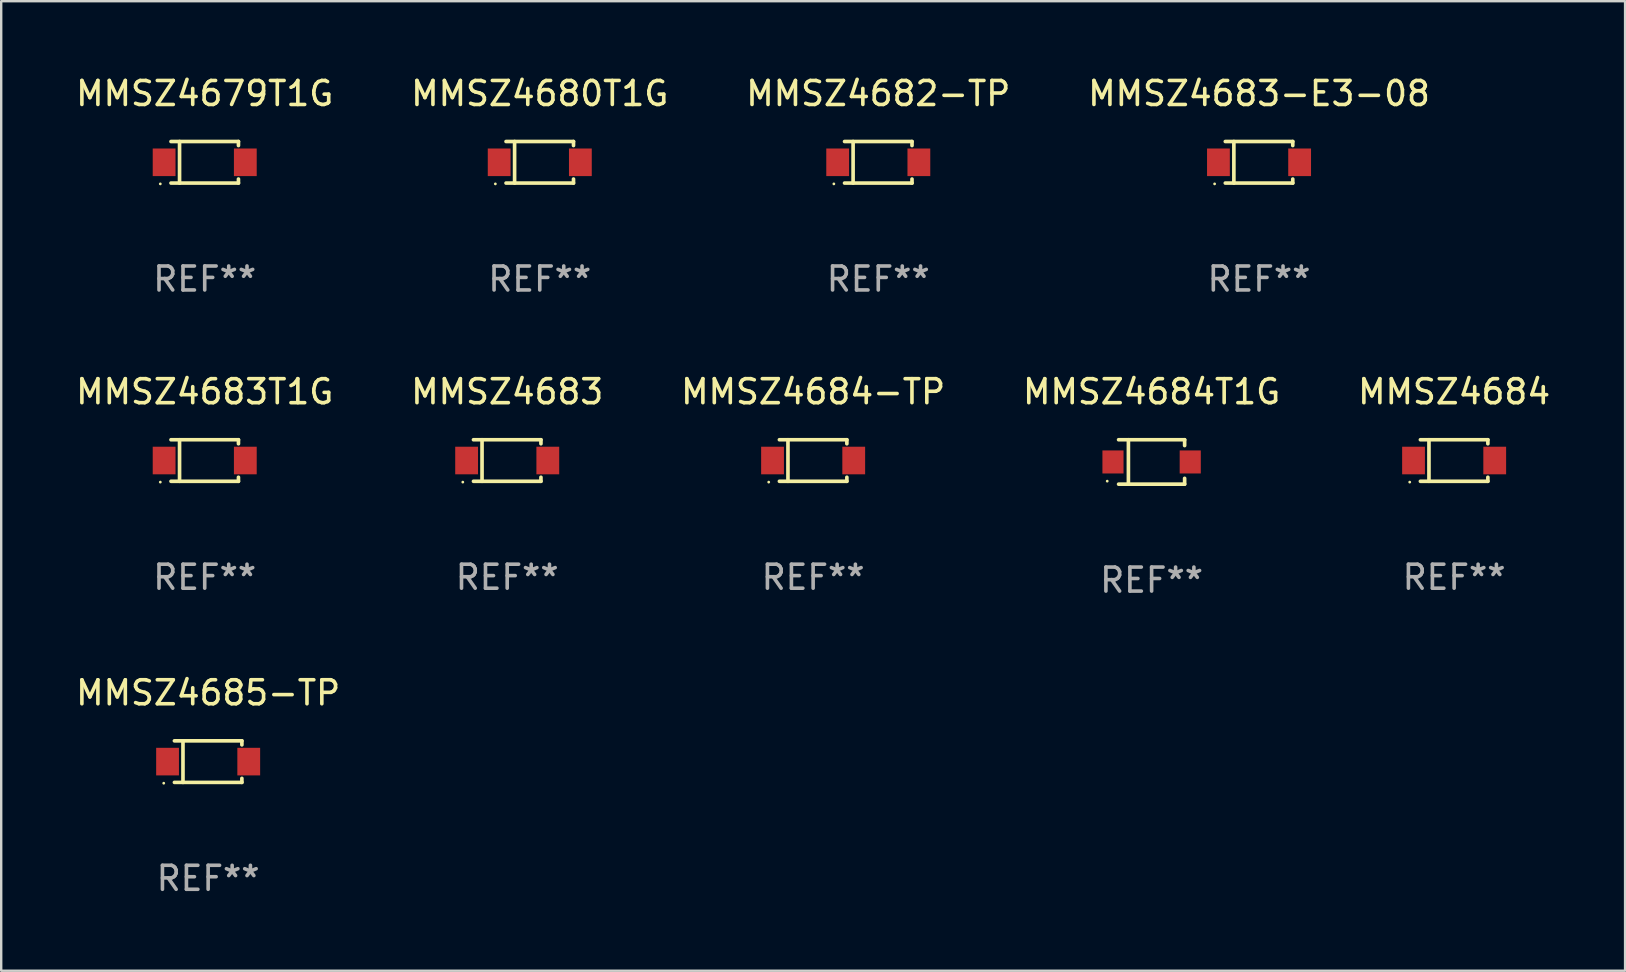
<source format=kicad_pcb>
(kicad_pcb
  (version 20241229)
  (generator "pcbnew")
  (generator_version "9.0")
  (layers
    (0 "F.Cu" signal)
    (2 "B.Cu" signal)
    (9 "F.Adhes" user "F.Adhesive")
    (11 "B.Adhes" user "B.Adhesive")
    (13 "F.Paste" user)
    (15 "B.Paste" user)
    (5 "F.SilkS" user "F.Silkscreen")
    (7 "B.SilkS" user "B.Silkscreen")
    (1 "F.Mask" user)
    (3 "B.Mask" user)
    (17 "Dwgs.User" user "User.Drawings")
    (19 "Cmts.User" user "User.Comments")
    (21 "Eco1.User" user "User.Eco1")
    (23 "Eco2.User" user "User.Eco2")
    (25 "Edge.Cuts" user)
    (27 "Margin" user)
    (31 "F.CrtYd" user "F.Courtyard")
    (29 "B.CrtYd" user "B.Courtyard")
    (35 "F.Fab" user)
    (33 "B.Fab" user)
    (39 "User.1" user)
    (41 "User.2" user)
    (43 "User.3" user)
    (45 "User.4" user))
  (footprint "MMSZ4680T1G"
    (layer "F.Cu")
    (at 19.446 3.714)
    (property "Reference" "MMSZ4680T1G" (at 0 -2.866 0) (layer "F.SilkS") (effects (font (size 1 1) (thickness 0.15))))
    (attr through_hole)
    (fp_line (start -1.406 -0.866) (end 1.406 -0.866) (stroke (width 0.152) (type solid)) (layer "F.SilkS"))
    (fp_line (start -1.406 0.866) (end 1.406 0.866) (stroke (width 0.152) (type solid)) (layer "F.SilkS"))
    (fp_line (start -1.049 -0.866) (end -1.049 0.866) (stroke (width 0.152) (type solid)) (layer "F.SilkS"))
    (fp_line (start 1.406 -0.866) (end 1.406 -0.698) (stroke (width 0.152) (type solid)) (layer "F.SilkS"))
    (fp_line (start 1.406 0.866) (end 1.406 0.698) (stroke (width 0.152) (type solid)) (layer "F.SilkS"))
    (fp_circle (center -1.851 0.9) (end -1.821 0.9) (stroke (width 0.06) (type solid)) (fill no) (layer "F.SilkS"))
    (fp_text user "REF**" (at 0 4.866 0) (layer "F.Fab") (effects (font (size 1 1) (thickness 0.15))))
    (pad "1" smd rect (at -1.692 0) (size 0.95 1.15) (layers "F.Cu" "F.Mask" "F.Paste"))
    (pad "2" smd rect (at 1.692 0) (size 0.95 1.15) (layers "F.Cu" "F.Mask" "F.Paste")))
  (footprint "MMSZ4684T1G"
    (layer "F.Cu")
    (at 44.946 16.203)
    (property "Reference" "MMSZ4684T1G" (at 0 -2.926 0) (layer "F.SilkS") (effects (font (size 1 1) (thickness 0.15))))
    (attr through_hole)
    (fp_line (start -1.376 -0.926) (end 1.376 -0.926) (stroke (width 0.152) (type solid)) (layer "F.SilkS"))
    (fp_line (start -1.376 0.926) (end 1.376 0.926) (stroke (width 0.152) (type solid)) (layer "F.SilkS"))
    (fp_line (start -0.967 -0.926) (end -0.967 0.926) (stroke (width 0.152) (type solid)) (layer "F.SilkS"))
    (fp_line (start 1.376 -0.926) (end 1.376 -0.683) (stroke (width 0.152) (type solid)) (layer "F.SilkS"))
    (fp_line (start 1.376 0.926) (end 1.376 0.683) (stroke (width 0.152) (type solid)) (layer "F.SilkS"))
    (fp_circle (center -1.85 0.8) (end -1.82 0.8) (stroke (width 0.06) (type solid)) (fill no) (layer "F.SilkS"))
    (fp_text user "REF**" (at 0 4.926 0) (layer "F.Fab") (effects (font (size 1 1) (thickness 0.15))))
    (pad "1" smd rect (at -1.61 0) (size 0.88 0.96) (layers "F.Cu" "F.Mask" "F.Paste"))
    (pad "2" smd rect (at 1.61 0) (size 0.88 0.96) (layers "F.Cu" "F.Mask" "F.Paste")))
  (footprint "MMSZ4683-E3-08"
    (layer "F.Cu")
    (at 49.423 3.714)
    (property "Reference" "MMSZ4683-E3-08" (at 0 -2.866 0) (layer "F.SilkS") (effects (font (size 1 1) (thickness 0.15))))
    (attr through_hole)
    (fp_line (start -1.406 -0.866) (end 1.406 -0.866) (stroke (width 0.152) (type solid)) (layer "F.SilkS"))
    (fp_line (start -1.406 0.866) (end 1.406 0.866) (stroke (width 0.152) (type solid)) (layer "F.SilkS"))
    (fp_line (start -1.049 -0.866) (end -1.049 0.866) (stroke (width 0.152) (type solid)) (layer "F.SilkS"))
    (fp_line (start 1.406 -0.866) (end 1.406 -0.698) (stroke (width 0.152) (type solid)) (layer "F.SilkS"))
    (fp_line (start 1.406 0.866) (end 1.406 0.698) (stroke (width 0.152) (type solid)) (layer "F.SilkS"))
    (fp_circle (center -1.851 0.9) (end -1.821 0.9) (stroke (width 0.06) (type solid)) (fill no) (layer "F.SilkS"))
    (fp_text user "REF**" (at 0 4.866 0) (layer "F.Fab") (effects (font (size 1 1) (thickness 0.15))))
    (pad "1" smd rect (at -1.692 0) (size 0.95 1.15) (layers "F.Cu" "F.Mask" "F.Paste"))
    (pad "2" smd rect (at 1.692 0) (size 0.95 1.15) (layers "F.Cu" "F.Mask" "F.Paste")))
  (footprint "MMSZ4683T1G"
    (layer "F.Cu")
    (at 5.482 16.143)
    (property "Reference" "MMSZ4683T1G" (at 0 -2.866 0) (layer "F.SilkS") (effects (font (size 1 1) (thickness 0.15))))
    (attr through_hole)
    (fp_line (start -1.406 -0.866) (end 1.406 -0.866) (stroke (width 0.152) (type solid)) (layer "F.SilkS"))
    (fp_line (start -1.406 0.866) (end 1.406 0.866) (stroke (width 0.152) (type solid)) (layer "F.SilkS"))
    (fp_line (start -1.049 -0.866) (end -1.049 0.866) (stroke (width 0.152) (type solid)) (layer "F.SilkS"))
    (fp_line (start 1.406 -0.866) (end 1.406 -0.698) (stroke (width 0.152) (type solid)) (layer "F.SilkS"))
    (fp_line (start 1.406 0.866) (end 1.406 0.698) (stroke (width 0.152) (type solid)) (layer "F.SilkS"))
    (fp_circle (center -1.851 0.9) (end -1.821 0.9) (stroke (width 0.06) (type solid)) (fill no) (layer "F.SilkS"))
    (fp_text user "REF**" (at 0 4.866 0) (layer "F.Fab") (effects (font (size 1 1) (thickness 0.15))))
    (pad "1" smd rect (at -1.692 0) (size 0.95 1.15) (layers "F.Cu" "F.Mask" "F.Paste"))
    (pad "2" smd rect (at 1.692 0) (size 0.95 1.15) (layers "F.Cu" "F.Mask" "F.Paste")))
  (footprint "MMSZ4679T1G"
    (layer "F.Cu")
    (at 5.482 3.714)
    (property "Reference" "MMSZ4679T1G" (at 0 -2.866 0) (layer "F.SilkS") (effects (font (size 1 1) (thickness 0.15))))
    (attr through_hole)
    (fp_line (start -1.406 -0.866) (end 1.406 -0.866) (stroke (width 0.152) (type solid)) (layer "F.SilkS"))
    (fp_line (start -1.406 0.866) (end 1.406 0.866) (stroke (width 0.152) (type solid)) (layer "F.SilkS"))
    (fp_line (start -1.049 -0.866) (end -1.049 0.866) (stroke (width 0.152) (type solid)) (layer "F.SilkS"))
    (fp_line (start 1.406 -0.866) (end 1.406 -0.698) (stroke (width 0.152) (type solid)) (layer "F.SilkS"))
    (fp_line (start 1.406 0.866) (end 1.406 0.698) (stroke (width 0.152) (type solid)) (layer "F.SilkS"))
    (fp_circle (center -1.851 0.9) (end -1.821 0.9) (stroke (width 0.06) (type solid)) (fill no) (layer "F.SilkS"))
    (fp_text user "REF**" (at 0 4.866 0) (layer "F.Fab") (effects (font (size 1 1) (thickness 0.15))))
    (pad "1" smd rect (at -1.692 0) (size 0.95 1.15) (layers "F.Cu" "F.Mask" "F.Paste"))
    (pad "2" smd rect (at 1.692 0) (size 0.95 1.15) (layers "F.Cu" "F.Mask" "F.Paste")))
  (footprint "MMSZ4685-TP"
    (layer "F.Cu")
    (at 5.625 28.692)
    (property "Reference" "MMSZ4685-TP" (at 0 -2.866 0) (layer "F.SilkS") (effects (font (size 1 1) (thickness 0.15))))
    (attr through_hole)
    (fp_line (start -1.406 -0.866) (end 1.406 -0.866) (stroke (width 0.152) (type solid)) (layer "F.SilkS"))
    (fp_line (start -1.406 0.866) (end 1.406 0.866) (stroke (width 0.152) (type solid)) (layer "F.SilkS"))
    (fp_line (start -1.049 -0.866) (end -1.049 0.866) (stroke (width 0.152) (type solid)) (layer "F.SilkS"))
    (fp_line (start 1.406 -0.866) (end 1.406 -0.698) (stroke (width 0.152) (type solid)) (layer "F.SilkS"))
    (fp_line (start 1.406 0.866) (end 1.406 0.698) (stroke (width 0.152) (type solid)) (layer "F.SilkS"))
    (fp_circle (center -1.851 0.9) (end -1.821 0.9) (stroke (width 0.06) (type solid)) (fill no) (layer "F.SilkS"))
    (fp_text user "REF**" (at 0 4.866 0) (layer "F.Fab") (effects (font (size 1 1) (thickness 0.15))))
    (pad "1" smd rect (at -1.692 0) (size 0.95 1.15) (layers "F.Cu" "F.Mask" "F.Paste"))
    (pad "2" smd rect (at 1.692 0) (size 0.95 1.15) (layers "F.Cu" "F.Mask" "F.Paste")))
  (footprint "MMSZ4684-TP"
    (layer "F.Cu")
    (at 30.839 16.143)
    (property "Reference" "MMSZ4684-TP" (at 0 -2.866 0) (layer "F.SilkS") (effects (font (size 1 1) (thickness 0.15))))
    (attr through_hole)
    (fp_line (start -1.406 -0.866) (end 1.406 -0.866) (stroke (width 0.152) (type solid)) (layer "F.SilkS"))
    (fp_line (start -1.406 0.866) (end 1.406 0.866) (stroke (width 0.152) (type solid)) (layer "F.SilkS"))
    (fp_line (start -1.049 -0.866) (end -1.049 0.866) (stroke (width 0.152) (type solid)) (layer "F.SilkS"))
    (fp_line (start 1.406 -0.866) (end 1.406 -0.698) (stroke (width 0.152) (type solid)) (layer "F.SilkS"))
    (fp_line (start 1.406 0.866) (end 1.406 0.698) (stroke (width 0.152) (type solid)) (layer "F.SilkS"))
    (fp_circle (center -1.851 0.9) (end -1.821 0.9) (stroke (width 0.06) (type solid)) (fill no) (layer "F.SilkS"))
    (fp_text user "REF**" (at 0 4.866 0) (layer "F.Fab") (effects (font (size 1 1) (thickness 0.15))))
    (pad "1" smd rect (at -1.692 0) (size 0.95 1.15) (layers "F.Cu" "F.Mask" "F.Paste"))
    (pad "2" smd rect (at 1.692 0) (size 0.95 1.15) (layers "F.Cu" "F.Mask" "F.Paste")))
  (footprint "MMSZ4683"
    (layer "F.Cu")
    (at 18.089 16.143)
    (property "Reference" "MMSZ4683" (at 0 -2.866 0) (layer "F.SilkS") (effects (font (size 1 1) (thickness 0.15))))
    (attr through_hole)
    (fp_line (start -1.406 -0.866) (end 1.406 -0.866) (stroke (width 0.152) (type solid)) (layer "F.SilkS"))
    (fp_line (start -1.406 0.866) (end 1.406 0.866) (stroke (width 0.152) (type solid)) (layer "F.SilkS"))
    (fp_line (start -1.049 -0.866) (end -1.049 0.866) (stroke (width 0.152) (type solid)) (layer "F.SilkS"))
    (fp_line (start 1.406 -0.866) (end 1.406 -0.698) (stroke (width 0.152) (type solid)) (layer "F.SilkS"))
    (fp_line (start 1.406 0.866) (end 1.406 0.698) (stroke (width 0.152) (type solid)) (layer "F.SilkS"))
    (fp_circle (center -1.851 0.9) (end -1.821 0.9) (stroke (width 0.06) (type solid)) (fill no) (layer "F.SilkS"))
    (fp_text user "REF**" (at 0 4.866 0) (layer "F.Fab") (effects (font (size 1 1) (thickness 0.15))))
    (pad "1" smd rect (at -1.692 0) (size 0.95 1.15) (layers "F.Cu" "F.Mask" "F.Paste"))
    (pad "2" smd rect (at 1.692 0) (size 0.95 1.15) (layers "F.Cu" "F.Mask" "F.Paste")))
  (footprint "MMSZ4682-TP"
    (layer "F.Cu")
    (at 33.554 3.714)
    (property "Reference" "MMSZ4682-TP" (at 0 -2.866 0) (layer "F.SilkS") (effects (font (size 1 1) (thickness 0.15))))
    (attr through_hole)
    (fp_line (start -1.406 -0.866) (end 1.406 -0.866) (stroke (width 0.152) (type solid)) (layer "F.SilkS"))
    (fp_line (start -1.406 0.866) (end 1.406 0.866) (stroke (width 0.152) (type solid)) (layer "F.SilkS"))
    (fp_line (start -1.049 -0.866) (end -1.049 0.866) (stroke (width 0.152) (type solid)) (layer "F.SilkS"))
    (fp_line (start 1.406 -0.866) (end 1.406 -0.698) (stroke (width 0.152) (type solid)) (layer "F.SilkS"))
    (fp_line (start 1.406 0.866) (end 1.406 0.698) (stroke (width 0.152) (type solid)) (layer "F.SilkS"))
    (fp_circle (center -1.851 0.9) (end -1.821 0.9) (stroke (width 0.06) (type solid)) (fill no) (layer "F.SilkS"))
    (fp_text user "REF**" (at 0 4.866 0) (layer "F.Fab") (effects (font (size 1 1) (thickness 0.15))))
    (pad "1" smd rect (at -1.692 0) (size 0.95 1.15) (layers "F.Cu" "F.Mask" "F.Paste"))
    (pad "2" smd rect (at 1.692 0) (size 0.95 1.15) (layers "F.Cu" "F.Mask" "F.Paste")))
  (footprint "MMSZ4684"
    (layer "F.Cu")
    (at 57.554 16.143)
    (property "Reference" "MMSZ4684" (at 0 -2.866 0) (layer "F.SilkS") (effects (font (size 1 1) (thickness 0.15))))
    (attr through_hole)
    (fp_line (start -1.406 -0.866) (end 1.406 -0.866) (stroke (width 0.152) (type solid)) (layer "F.SilkS"))
    (fp_line (start -1.406 0.866) (end 1.406 0.866) (stroke (width 0.152) (type solid)) (layer "F.SilkS"))
    (fp_line (start -1.049 -0.866) (end -1.049 0.866) (stroke (width 0.152) (type solid)) (layer "F.SilkS"))
    (fp_line (start 1.406 -0.866) (end 1.406 -0.698) (stroke (width 0.152) (type solid)) (layer "F.SilkS"))
    (fp_line (start 1.406 0.866) (end 1.406 0.698) (stroke (width 0.152) (type solid)) (layer "F.SilkS"))
    (fp_circle (center -1.851 0.9) (end -1.821 0.9) (stroke (width 0.06) (type solid)) (fill no) (layer "F.SilkS"))
    (fp_text user "REF**" (at 0 4.866 0) (layer "F.Fab") (effects (font (size 1 1) (thickness 0.15))))
    (pad "1" smd rect (at -1.692 0) (size 0.95 1.15) (layers "F.Cu" "F.Mask" "F.Paste"))
    (pad "2" smd rect (at 1.692 0) (size 0.95 1.15) (layers "F.Cu" "F.Mask" "F.Paste")))
  (gr_rect
    (start -3 -3)
    (end 64.679 37.407)
    (stroke (width 0.1) (type default))
    (fill no)
    (layer "Edge.Cuts")))
</source>
